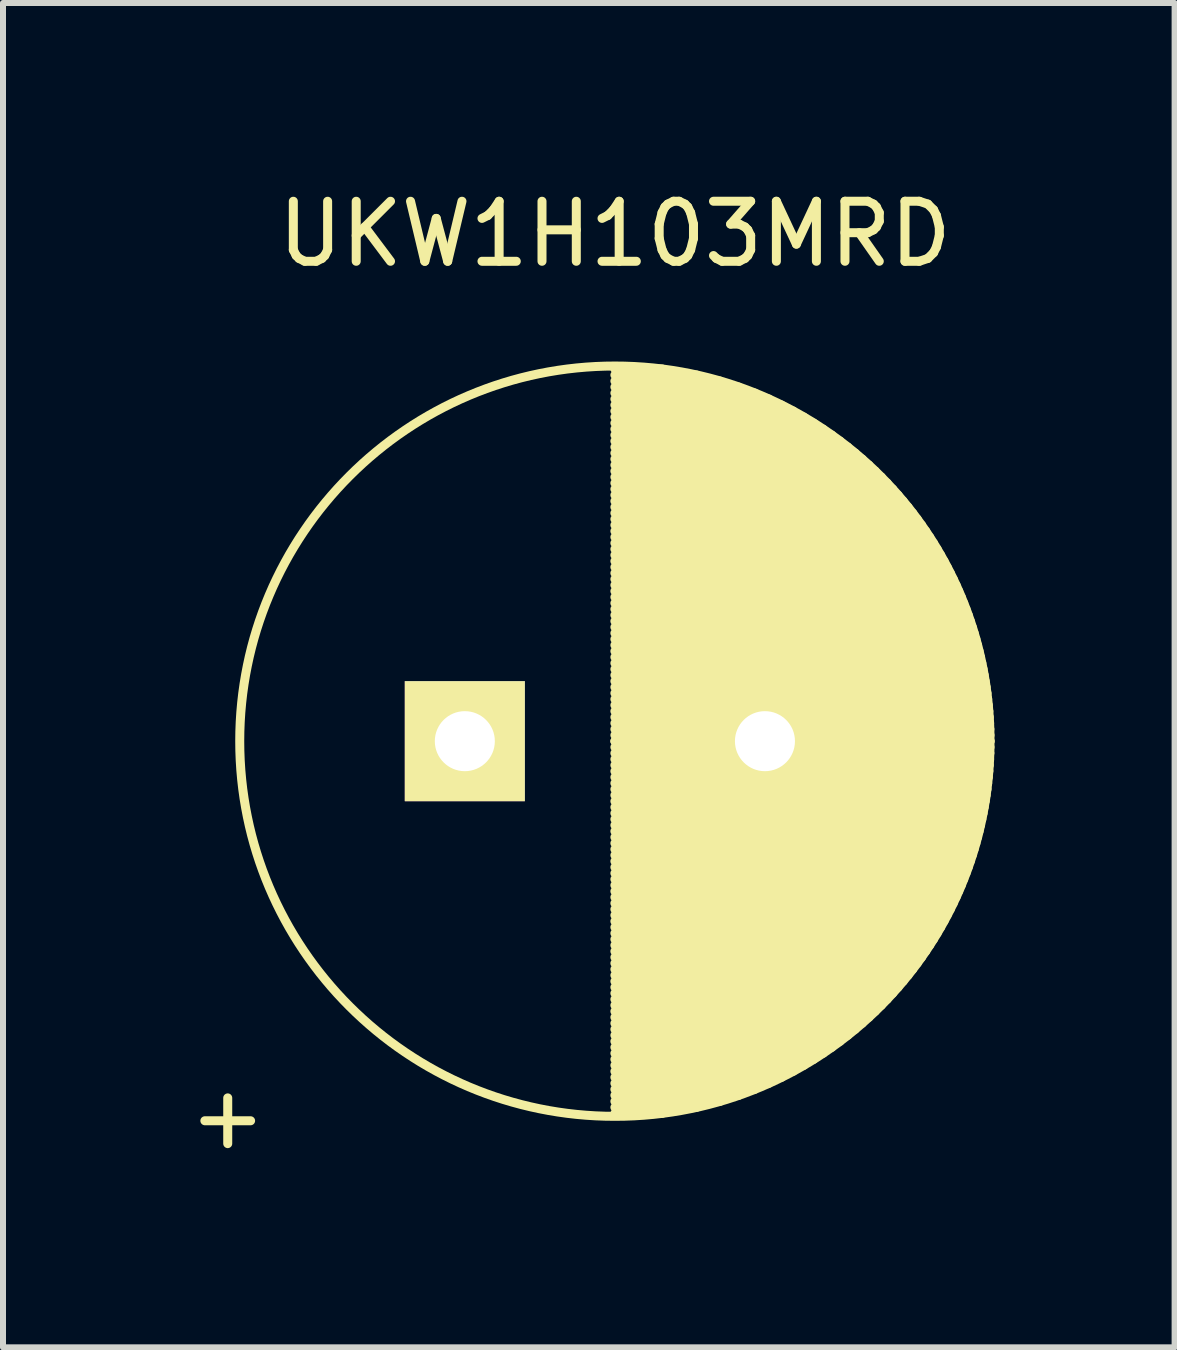
<source format=kicad_pcb>
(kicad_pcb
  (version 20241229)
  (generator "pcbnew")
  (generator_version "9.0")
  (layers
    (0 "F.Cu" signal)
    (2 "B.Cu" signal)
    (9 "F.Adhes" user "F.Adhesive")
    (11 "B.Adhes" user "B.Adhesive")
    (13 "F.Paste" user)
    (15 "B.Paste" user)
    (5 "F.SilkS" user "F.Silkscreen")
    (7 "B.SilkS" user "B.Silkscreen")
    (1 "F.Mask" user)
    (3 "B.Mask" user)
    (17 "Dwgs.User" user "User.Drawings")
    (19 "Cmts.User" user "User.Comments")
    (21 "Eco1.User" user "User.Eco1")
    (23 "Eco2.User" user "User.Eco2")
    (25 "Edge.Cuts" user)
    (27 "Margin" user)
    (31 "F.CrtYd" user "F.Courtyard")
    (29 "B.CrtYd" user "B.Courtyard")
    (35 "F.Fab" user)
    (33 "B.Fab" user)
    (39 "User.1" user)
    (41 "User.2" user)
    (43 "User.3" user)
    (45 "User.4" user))
  (footprint "UKW1H103MRD"
    (layer "F.Cu")
    (at 4.694 9.298)
    (property "Reference" "UKW1H103MRD" (at 2.5 -8.45 0) (layer "F.SilkS") (effects (font (size 1 1) (thickness 0.15))))
    (attr through_hole)
    (fp_line (start 2.5 -6.2) (end 3.289 -6.2) (stroke (width 0.15) (type solid)) (layer "F.SilkS"))
    (fp_line (start 2.5 -6.1) (end 3.861 -6.1) (stroke (width 0.15) (type solid)) (layer "F.SilkS"))
    (fp_line (start 2.5 -6) (end 4.25 -6) (stroke (width 0.15) (type solid)) (layer "F.SilkS"))
    (fp_line (start 2.5 -5.9) (end 4.562 -5.9) (stroke (width 0.15) (type solid)) (layer "F.SilkS"))
    (fp_line (start 2.5 -5.8) (end 4.829 -5.8) (stroke (width 0.15) (type solid)) (layer "F.SilkS"))
    (fp_line (start 2.5 -5.7) (end 5.064 -5.7) (stroke (width 0.15) (type solid)) (layer "F.SilkS"))
    (fp_line (start 2.5 -5.6) (end 5.275 -5.6) (stroke (width 0.15) (type solid)) (layer "F.SilkS"))
    (fp_line (start 2.5 -5.5) (end 5.469 -5.5) (stroke (width 0.15) (type solid)) (layer "F.SilkS"))
    (fp_line (start 2.5 -5.4) (end 5.647 -5.4) (stroke (width 0.15) (type solid)) (layer "F.SilkS"))
    (fp_line (start 2.5 -5.3) (end 5.812 -5.3) (stroke (width 0.15) (type solid)) (layer "F.SilkS"))
    (fp_line (start 2.5 -5.2) (end 5.967 -5.2) (stroke (width 0.15) (type solid)) (layer "F.SilkS"))
    (fp_line (start 2.5 -5.1) (end 6.113 -5.1) (stroke (width 0.15) (type solid)) (layer "F.SilkS"))
    (fp_line (start 2.5 -5) (end 6.25 -5) (stroke (width 0.15) (type solid)) (layer "F.SilkS"))
    (fp_line (start 2.5 -4.9) (end 6.38 -4.9) (stroke (width 0.15) (type solid)) (layer "F.SilkS"))
    (fp_line (start 2.5 -4.8) (end 6.503 -4.8) (stroke (width 0.15) (type solid)) (layer "F.SilkS"))
    (fp_line (start 2.5 -4.7) (end 6.62 -4.7) (stroke (width 0.15) (type solid)) (layer "F.SilkS"))
    (fp_line (start 2.5 -4.6) (end 6.731 -4.6) (stroke (width 0.15) (type solid)) (layer "F.SilkS"))
    (fp_line (start 2.5 -4.5) (end 6.837 -4.5) (stroke (width 0.15) (type solid)) (layer "F.SilkS"))
    (fp_line (start 2.5 -4.4) (end 6.939 -4.4) (stroke (width 0.15) (type solid)) (layer "F.SilkS"))
    (fp_line (start 2.5 -4.3) (end 7.036 -4.3) (stroke (width 0.15) (type solid)) (layer "F.SilkS"))
    (fp_line (start 2.5 -4.2) (end 7.128 -4.2) (stroke (width 0.15) (type solid)) (layer "F.SilkS"))
    (fp_line (start 2.5 -4.1) (end 7.217 -4.1) (stroke (width 0.15) (type solid)) (layer "F.SilkS"))
    (fp_line (start 2.5 -4) (end 7.302 -4) (stroke (width 0.15) (type solid)) (layer "F.SilkS"))
    (fp_line (start 2.5 -3.9) (end 7.384 -3.9) (stroke (width 0.15) (type solid)) (layer "F.SilkS"))
    (fp_line (start 2.5 -3.8) (end 7.462 -3.8) (stroke (width 0.15) (type solid)) (layer "F.SilkS"))
    (fp_line (start 2.5 -3.7) (end 7.537 -3.7) (stroke (width 0.15) (type solid)) (layer "F.SilkS"))
    (fp_line (start 2.5 -3.6) (end 7.609 -3.6) (stroke (width 0.15) (type solid)) (layer "F.SilkS"))
    (fp_line (start 2.5 -3.5) (end 7.678 -3.5) (stroke (width 0.15) (type solid)) (layer "F.SilkS"))
    (fp_line (start 2.5 -3.4) (end 7.744 -3.4) (stroke (width 0.15) (type solid)) (layer "F.SilkS"))
    (fp_line (start 2.5 -3.3) (end 7.808 -3.3) (stroke (width 0.15) (type solid)) (layer "F.SilkS"))
    (fp_line (start 2.5 -3.2) (end 7.869 -3.2) (stroke (width 0.15) (type solid)) (layer "F.SilkS"))
    (fp_line (start 2.5 -3.1) (end 7.927 -3.1) (stroke (width 0.15) (type solid)) (layer "F.SilkS"))
    (fp_line (start 2.5 -3) (end 7.983 -3) (stroke (width 0.15) (type solid)) (layer "F.SilkS"))
    (fp_line (start 2.5 -2.9) (end 8.036 -2.9) (stroke (width 0.15) (type solid)) (layer "F.SilkS"))
    (fp_line (start 2.5 -2.8) (end 8.088 -2.8) (stroke (width 0.15) (type solid)) (layer "F.SilkS"))
    (fp_line (start 2.5 -2.7) (end 8.137 -2.7) (stroke (width 0.15) (type solid)) (layer "F.SilkS"))
    (fp_line (start 2.5 -2.6) (end 8.184 -2.6) (stroke (width 0.15) (type solid)) (layer "F.SilkS"))
    (fp_line (start 2.5 -2.5) (end 8.228 -2.5) (stroke (width 0.15) (type solid)) (layer "F.SilkS"))
    (fp_line (start 2.5 -2.4) (end 8.271 -2.4) (stroke (width 0.15) (type solid)) (layer "F.SilkS"))
    (fp_line (start 2.5 -2.3) (end 8.311 -2.3) (stroke (width 0.15) (type solid)) (layer "F.SilkS"))
    (fp_line (start 2.5 -2.2) (end 8.35 -2.2) (stroke (width 0.15) (type solid)) (layer "F.SilkS"))
    (fp_line (start 2.5 -2.1) (end 8.387 -2.1) (stroke (width 0.15) (type solid)) (layer "F.SilkS"))
    (fp_line (start 2.5 -2) (end 8.421 -2) (stroke (width 0.15) (type solid)) (layer "F.SilkS"))
    (fp_line (start 2.5 -1.9) (end 8.454 -1.9) (stroke (width 0.15) (type solid)) (layer "F.SilkS"))
    (fp_line (start 2.5 -1.8) (end 8.485 -1.8) (stroke (width 0.15) (type solid)) (layer "F.SilkS"))
    (fp_line (start 2.5 -1.7) (end 8.514 -1.7) (stroke (width 0.15) (type solid)) (layer "F.SilkS"))
    (fp_line (start 2.5 -1.6) (end 8.542 -1.6) (stroke (width 0.15) (type solid)) (layer "F.SilkS"))
    (fp_line (start 2.5 -1.5) (end 8.567 -1.5) (stroke (width 0.15) (type solid)) (layer "F.SilkS"))
    (fp_line (start 2.5 -1.4) (end 8.591 -1.4) (stroke (width 0.15) (type solid)) (layer "F.SilkS"))
    (fp_line (start 2.5 -1.3) (end 8.613 -1.3) (stroke (width 0.15) (type solid)) (layer "F.SilkS"))
    (fp_line (start 2.5 -1.2) (end 8.634 -1.2) (stroke (width 0.15) (type solid)) (layer "F.SilkS"))
    (fp_line (start 2.5 -1.1) (end 8.652 -1.1) (stroke (width 0.15) (type solid)) (layer "F.SilkS"))
    (fp_line (start 2.5 -1) (end 8.669 -1) (stroke (width 0.15) (type solid)) (layer "F.SilkS"))
    (fp_line (start 2.5 -0.9) (end 8.685 -0.9) (stroke (width 0.15) (type solid)) (layer "F.SilkS"))
    (fp_line (start 2.5 -0.8) (end 8.699 -0.8) (stroke (width 0.15) (type solid)) (layer "F.SilkS"))
    (fp_line (start 2.5 -0.7) (end 8.711 -0.7) (stroke (width 0.15) (type solid)) (layer "F.SilkS"))
    (fp_line (start 2.5 -0.6) (end 8.721 -0.6) (stroke (width 0.15) (type solid)) (layer "F.SilkS"))
    (fp_line (start 2.5 -0.5) (end 8.73 -0.5) (stroke (width 0.15) (type solid)) (layer "F.SilkS"))
    (fp_line (start 2.5 -0.4) (end 8.737 -0.4) (stroke (width 0.15) (type solid)) (layer "F.SilkS"))
    (fp_line (start 2.5 -0.3) (end 8.743 -0.3) (stroke (width 0.15) (type solid)) (layer "F.SilkS"))
    (fp_line (start 2.5 -0.2) (end 8.747 -0.2) (stroke (width 0.15) (type solid)) (layer "F.SilkS"))
    (fp_line (start 2.5 -0.1) (end 8.749 -0.1) (stroke (width 0.15) (type solid)) (layer "F.SilkS"))
    (fp_line (start 2.5 0) (end 8.75 0) (stroke (width 0.15) (type solid)) (layer "F.SilkS"))
    (fp_line (start 2.5 0) (end 8.75 0) (stroke (width 0.15) (type solid)) (layer "F.SilkS"))
    (fp_line (start 2.5 0.1) (end 8.749 0.1) (stroke (width 0.15) (type solid)) (layer "F.SilkS"))
    (fp_line (start 2.5 0.2) (end 8.747 0.2) (stroke (width 0.15) (type solid)) (layer "F.SilkS"))
    (fp_line (start 2.5 0.3) (end 8.743 0.3) (stroke (width 0.15) (type solid)) (layer "F.SilkS"))
    (fp_line (start 2.5 0.4) (end 8.737 0.4) (stroke (width 0.15) (type solid)) (layer "F.SilkS"))
    (fp_line (start 2.5 0.5) (end 8.73 0.5) (stroke (width 0.15) (type solid)) (layer "F.SilkS"))
    (fp_line (start 2.5 0.6) (end 8.721 0.6) (stroke (width 0.15) (type solid)) (layer "F.SilkS"))
    (fp_line (start 2.5 0.7) (end 8.711 0.7) (stroke (width 0.15) (type solid)) (layer "F.SilkS"))
    (fp_line (start 2.5 0.8) (end 8.699 0.8) (stroke (width 0.15) (type solid)) (layer "F.SilkS"))
    (fp_line (start 2.5 0.9) (end 8.685 0.9) (stroke (width 0.15) (type solid)) (layer "F.SilkS"))
    (fp_line (start 2.5 1) (end 8.669 1) (stroke (width 0.15) (type solid)) (layer "F.SilkS"))
    (fp_line (start 2.5 1.1) (end 8.652 1.1) (stroke (width 0.15) (type solid)) (layer "F.SilkS"))
    (fp_line (start 2.5 1.2) (end 8.634 1.2) (stroke (width 0.15) (type solid)) (layer "F.SilkS"))
    (fp_line (start 2.5 1.3) (end 8.613 1.3) (stroke (width 0.15) (type solid)) (layer "F.SilkS"))
    (fp_line (start 2.5 1.4) (end 8.591 1.4) (stroke (width 0.15) (type solid)) (layer "F.SilkS"))
    (fp_line (start 2.5 1.5) (end 8.567 1.5) (stroke (width 0.15) (type solid)) (layer "F.SilkS"))
    (fp_line (start 2.5 1.6) (end 8.542 1.6) (stroke (width 0.15) (type solid)) (layer "F.SilkS"))
    (fp_line (start 2.5 1.7) (end 8.514 1.7) (stroke (width 0.15) (type solid)) (layer "F.SilkS"))
    (fp_line (start 2.5 1.8) (end 8.485 1.8) (stroke (width 0.15) (type solid)) (layer "F.SilkS"))
    (fp_line (start 2.5 1.9) (end 8.454 1.9) (stroke (width 0.15) (type solid)) (layer "F.SilkS"))
    (fp_line (start 2.5 2) (end 8.421 2) (stroke (width 0.15) (type solid)) (layer "F.SilkS"))
    (fp_line (start 2.5 2.1) (end 8.387 2.1) (stroke (width 0.15) (type solid)) (layer "F.SilkS"))
    (fp_line (start 2.5 2.2) (end 8.35 2.2) (stroke (width 0.15) (type solid)) (layer "F.SilkS"))
    (fp_line (start 2.5 2.3) (end 8.311 2.3) (stroke (width 0.15) (type solid)) (layer "F.SilkS"))
    (fp_line (start 2.5 2.4) (end 8.271 2.4) (stroke (width 0.15) (type solid)) (layer "F.SilkS"))
    (fp_line (start 2.5 2.5) (end 8.228 2.5) (stroke (width 0.15) (type solid)) (layer "F.SilkS"))
    (fp_line (start 2.5 2.6) (end 8.184 2.6) (stroke (width 0.15) (type solid)) (layer "F.SilkS"))
    (fp_line (start 2.5 2.7) (end 8.137 2.7) (stroke (width 0.15) (type solid)) (layer "F.SilkS"))
    (fp_line (start 2.5 2.8) (end 8.088 2.8) (stroke (width 0.15) (type solid)) (layer "F.SilkS"))
    (fp_line (start 2.5 2.9) (end 8.036 2.9) (stroke (width 0.15) (type solid)) (layer "F.SilkS"))
    (fp_line (start 2.5 3) (end 7.983 3) (stroke (width 0.15) (type solid)) (layer "F.SilkS"))
    (fp_line (start 2.5 3.1) (end 7.927 3.1) (stroke (width 0.15) (type solid)) (layer "F.SilkS"))
    (fp_line (start 2.5 3.2) (end 7.869 3.2) (stroke (width 0.15) (type solid)) (layer "F.SilkS"))
    (fp_line (start 2.5 3.3) (end 7.808 3.3) (stroke (width 0.15) (type solid)) (layer "F.SilkS"))
    (fp_line (start 2.5 3.4) (end 7.744 3.4) (stroke (width 0.15) (type solid)) (layer "F.SilkS"))
    (fp_line (start 2.5 3.5) (end 7.678 3.5) (stroke (width 0.15) (type solid)) (layer "F.SilkS"))
    (fp_line (start 2.5 3.6) (end 7.609 3.6) (stroke (width 0.15) (type solid)) (layer "F.SilkS"))
    (fp_line (start 2.5 3.7) (end 7.537 3.7) (stroke (width 0.15) (type solid)) (layer "F.SilkS"))
    (fp_line (start 2.5 3.8) (end 7.462 3.8) (stroke (width 0.15) (type solid)) (layer "F.SilkS"))
    (fp_line (start 2.5 3.9) (end 7.384 3.9) (stroke (width 0.15) (type solid)) (layer "F.SilkS"))
    (fp_line (start 2.5 4) (end 7.302 4) (stroke (width 0.15) (type solid)) (layer "F.SilkS"))
    (fp_line (start 2.5 4.1) (end 7.217 4.1) (stroke (width 0.15) (type solid)) (layer "F.SilkS"))
    (fp_line (start 2.5 4.2) (end 7.128 4.2) (stroke (width 0.15) (type solid)) (layer "F.SilkS"))
    (fp_line (start 2.5 4.3) (end 7.036 4.3) (stroke (width 0.15) (type solid)) (layer "F.SilkS"))
    (fp_line (start 2.5 4.4) (end 6.939 4.4) (stroke (width 0.15) (type solid)) (layer "F.SilkS"))
    (fp_line (start 2.5 4.5) (end 6.837 4.5) (stroke (width 0.15) (type solid)) (layer "F.SilkS"))
    (fp_line (start 2.5 4.6) (end 6.731 4.6) (stroke (width 0.15) (type solid)) (layer "F.SilkS"))
    (fp_line (start 2.5 4.7) (end 6.62 4.7) (stroke (width 0.15) (type solid)) (layer "F.SilkS"))
    (fp_line (start 2.5 4.8) (end 6.503 4.8) (stroke (width 0.15) (type solid)) (layer "F.SilkS"))
    (fp_line (start 2.5 4.9) (end 6.38 4.9) (stroke (width 0.15) (type solid)) (layer "F.SilkS"))
    (fp_line (start 2.5 5) (end 6.25 5) (stroke (width 0.15) (type solid)) (layer "F.SilkS"))
    (fp_line (start 2.5 5.1) (end 6.113 5.1) (stroke (width 0.15) (type solid)) (layer "F.SilkS"))
    (fp_line (start 2.5 5.2) (end 5.967 5.2) (stroke (width 0.15) (type solid)) (layer "F.SilkS"))
    (fp_line (start 2.5 5.3) (end 5.812 5.3) (stroke (width 0.15) (type solid)) (layer "F.SilkS"))
    (fp_line (start 2.5 5.4) (end 5.647 5.4) (stroke (width 0.15) (type solid)) (layer "F.SilkS"))
    (fp_line (start 2.5 5.5) (end 5.469 5.5) (stroke (width 0.15) (type solid)) (layer "F.SilkS"))
    (fp_line (start 2.5 5.6) (end 5.275 5.6) (stroke (width 0.15) (type solid)) (layer "F.SilkS"))
    (fp_line (start 2.5 5.7) (end 5.064 5.7) (stroke (width 0.15) (type solid)) (layer "F.SilkS"))
    (fp_line (start 2.5 5.8) (end 4.829 5.8) (stroke (width 0.15) (type solid)) (layer "F.SilkS"))
    (fp_line (start 2.5 5.9) (end 4.562 5.9) (stroke (width 0.15) (type solid)) (layer "F.SilkS"))
    (fp_line (start 2.5 6) (end 4.25 6) (stroke (width 0.15) (type solid)) (layer "F.SilkS"))
    (fp_line (start 2.5 6.1) (end 3.861 6.1) (stroke (width 0.15) (type solid)) (layer "F.SilkS"))
    (fp_line (start 2.5 6.2) (end 3.289 6.2) (stroke (width 0.15) (type solid)) (layer "F.SilkS"))
    (fp_circle (center 2.5 0) (end 2.5 -6.25) (stroke (width 0.15) (type solid)) (fill no) (layer "F.SilkS"))
    (fp_text user "+" (at -3.95 6.25 0) (layer "F.SilkS") (effects (font (size 1 1) (thickness 0.15))))
    (pad "1" thru_hole rect (at 0 0) (size 2 2) (drill 1) (layers "*.Cu" "*.Mask" "F.SilkS"))
    (pad "2" thru_hole circle (at 5 0) (size 2 2) (drill 1) (layers "*.Cu" "*.Mask" "F.SilkS")))
  (gr_rect
    (start -3 -3)
    (end 16.519 19.396)
    (stroke (width 0.1) (type default))
    (fill no)
    (layer "Edge.Cuts")))
</source>
